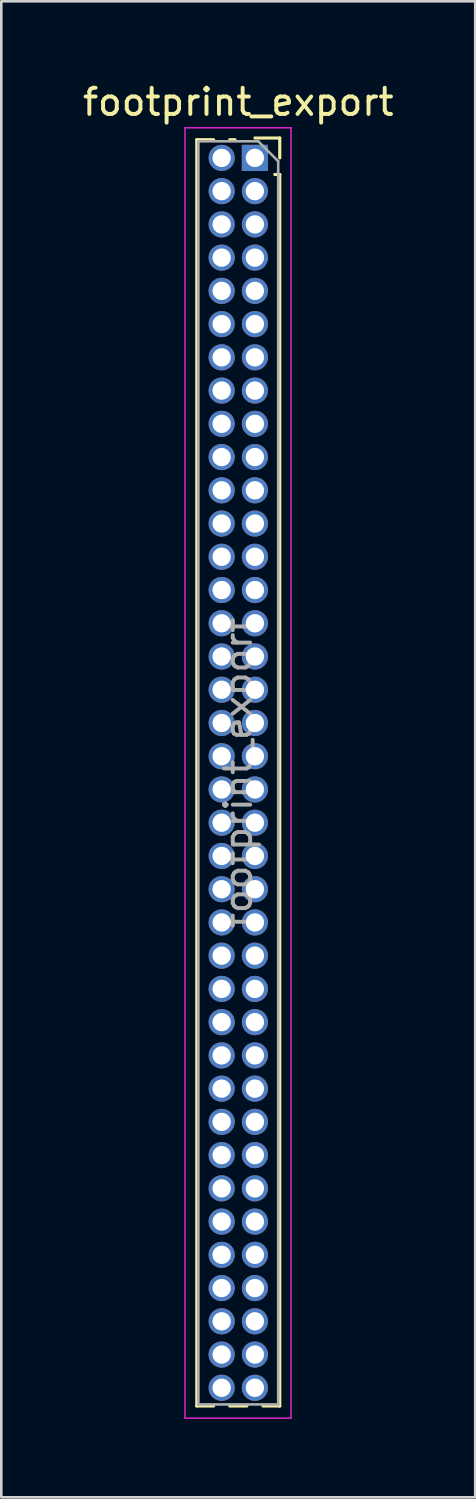
<source format=kicad_pcb>
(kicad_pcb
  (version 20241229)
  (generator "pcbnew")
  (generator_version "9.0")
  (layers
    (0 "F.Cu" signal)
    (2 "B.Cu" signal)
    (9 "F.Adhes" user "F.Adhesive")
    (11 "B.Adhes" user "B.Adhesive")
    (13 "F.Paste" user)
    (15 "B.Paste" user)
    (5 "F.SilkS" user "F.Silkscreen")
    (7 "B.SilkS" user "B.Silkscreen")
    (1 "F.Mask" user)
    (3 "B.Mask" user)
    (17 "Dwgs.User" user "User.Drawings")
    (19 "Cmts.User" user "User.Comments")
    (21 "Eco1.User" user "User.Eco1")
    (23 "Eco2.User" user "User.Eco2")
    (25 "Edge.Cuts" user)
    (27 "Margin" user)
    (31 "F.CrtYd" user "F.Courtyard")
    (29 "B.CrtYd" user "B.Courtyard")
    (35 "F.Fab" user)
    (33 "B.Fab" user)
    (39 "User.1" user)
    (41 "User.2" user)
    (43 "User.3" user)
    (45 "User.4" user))
  (footprint "footprint_export"
    (layer "F.Cu")
    (at 6.689 2.983)
    (property "Reference" "footprint_export" (at -0.635 -2.135 0) (layer "F.SilkS") (effects (font (size 1 1) (thickness 0.15))))
    (attr through_hole)
    (fp_line (start -2.22 -0.695) (end -2.22 47.685) (stroke (width 0.12) (type solid)) (layer "F.SilkS"))
    (fp_line (start -2.22 -0.695) (end -1.578 -0.695) (stroke (width 0.12) (type solid)) (layer "F.SilkS"))
    (fp_line (start -2.22 47.685) (end -1.578 47.685) (stroke (width 0.12) (type solid)) (layer "F.SilkS"))
    (fp_line (start -0.962 -0.695) (end -0.76 -0.695) (stroke (width 0.12) (type solid)) (layer "F.SilkS"))
    (fp_line (start -0.962 47.685) (end -0.308 47.685) (stroke (width 0.12) (type solid)) (layer "F.SilkS"))
    (fp_line (start 0 -0.76) (end 0.95 -0.76) (stroke (width 0.12) (type solid)) (layer "F.SilkS"))
    (fp_line (start 0.308 47.685) (end 0.95 47.685) (stroke (width 0.12) (type solid)) (layer "F.SilkS"))
    (fp_line (start 0.76 0.635) (end 0.95 0.635) (stroke (width 0.12) (type solid)) (layer "F.SilkS"))
    (fp_line (start 0.95 -0.76) (end 0.95 0) (stroke (width 0.12) (type solid)) (layer "F.SilkS"))
    (fp_line (start 0.95 0.635) (end 0.95 47.685) (stroke (width 0.12) (type solid)) (layer "F.SilkS"))
    (fp_line (start -2.67 -1.15) (end 1.38 -1.15) (stroke (width 0.05) (type solid)) (layer "F.CrtYd"))
    (fp_line (start -2.67 48.15) (end -2.67 -1.15) (stroke (width 0.05) (type solid)) (layer "F.CrtYd"))
    (fp_line (start 1.38 -1.15) (end 1.38 48.15) (stroke (width 0.05) (type solid)) (layer "F.CrtYd"))
    (fp_line (start 1.38 48.15) (end -2.67 48.15) (stroke (width 0.05) (type solid)) (layer "F.CrtYd"))
    (fp_line (start -2.16 -0.635) (end 0.128 -0.635) (stroke (width 0.1) (type solid)) (layer "F.Fab"))
    (fp_line (start -2.16 47.625) (end -2.16 -0.635) (stroke (width 0.1) (type solid)) (layer "F.Fab"))
    (fp_line (start 0.128 -0.635) (end 0.89 0.128) (stroke (width 0.1) (type solid)) (layer "F.Fab"))
    (fp_line (start 0.89 0.128) (end 0.89 47.625) (stroke (width 0.1) (type solid)) (layer "F.Fab"))
    (fp_line (start 0.89 47.625) (end -2.16 47.625) (stroke (width 0.1) (type solid)) (layer "F.Fab"))
    (fp_text user "${REFERENCE}" (at -0.635 23.495 90) (layer "F.Fab") (effects (font (size 1 1) (thickness 0.15))))
    (pad "1" thru_hole rect (at 0 0) (size 1 1) (drill 0.7) (layers "*.Cu" "*.Mask"))
    (pad "2" thru_hole oval (at -1.27 0) (size 1 1) (drill 0.7) (layers "*.Cu" "*.Mask"))
    (pad "3" thru_hole oval (at 0 1.27) (size 1 1) (drill 0.7) (layers "*.Cu" "*.Mask"))
    (pad "4" thru_hole oval (at -1.27 1.27) (size 1 1) (drill 0.7) (layers "*.Cu" "*.Mask"))
    (pad "5" thru_hole oval (at 0 2.54) (size 1 1) (drill 0.7) (layers "*.Cu" "*.Mask"))
    (pad "6" thru_hole oval (at -1.27 2.54) (size 1 1) (drill 0.7) (layers "*.Cu" "*.Mask"))
    (pad "7" thru_hole oval (at 0 3.81) (size 1 1) (drill 0.7) (layers "*.Cu" "*.Mask"))
    (pad "8" thru_hole oval (at -1.27 3.81) (size 1 1) (drill 0.7) (layers "*.Cu" "*.Mask"))
    (pad "9" thru_hole oval (at 0 5.08) (size 1 1) (drill 0.7) (layers "*.Cu" "*.Mask"))
    (pad "10" thru_hole oval (at -1.27 5.08) (size 1 1) (drill 0.7) (layers "*.Cu" "*.Mask"))
    (pad "11" thru_hole oval (at 0 6.35) (size 1 1) (drill 0.7) (layers "*.Cu" "*.Mask"))
    (pad "12" thru_hole oval (at -1.27 6.35) (size 1 1) (drill 0.7) (layers "*.Cu" "*.Mask"))
    (pad "13" thru_hole oval (at 0 7.62) (size 1 1) (drill 0.7) (layers "*.Cu" "*.Mask"))
    (pad "14" thru_hole oval (at -1.27 7.62) (size 1 1) (drill 0.7) (layers "*.Cu" "*.Mask"))
    (pad "15" thru_hole oval (at 0 8.89) (size 1 1) (drill 0.7) (layers "*.Cu" "*.Mask"))
    (pad "16" thru_hole oval (at -1.27 8.89) (size 1 1) (drill 0.7) (layers "*.Cu" "*.Mask"))
    (pad "17" thru_hole oval (at 0 10.16) (size 1 1) (drill 0.7) (layers "*.Cu" "*.Mask"))
    (pad "18" thru_hole oval (at -1.27 10.16) (size 1 1) (drill 0.7) (layers "*.Cu" "*.Mask"))
    (pad "19" thru_hole oval (at 0 11.43) (size 1 1) (drill 0.7) (layers "*.Cu" "*.Mask"))
    (pad "20" thru_hole oval (at -1.27 11.43) (size 1 1) (drill 0.7) (layers "*.Cu" "*.Mask"))
    (pad "21" thru_hole oval (at 0 12.7) (size 1 1) (drill 0.7) (layers "*.Cu" "*.Mask"))
    (pad "22" thru_hole oval (at -1.27 12.7) (size 1 1) (drill 0.7) (layers "*.Cu" "*.Mask"))
    (pad "23" thru_hole oval (at 0 13.97) (size 1 1) (drill 0.7) (layers "*.Cu" "*.Mask"))
    (pad "24" thru_hole oval (at -1.27 13.97) (size 1 1) (drill 0.7) (layers "*.Cu" "*.Mask"))
    (pad "25" thru_hole oval (at 0 15.24) (size 1 1) (drill 0.7) (layers "*.Cu" "*.Mask"))
    (pad "26" thru_hole oval (at -1.27 15.24) (size 1 1) (drill 0.7) (layers "*.Cu" "*.Mask"))
    (pad "27" thru_hole oval (at 0 16.51) (size 1 1) (drill 0.7) (layers "*.Cu" "*.Mask"))
    (pad "28" thru_hole oval (at -1.27 16.51) (size 1 1) (drill 0.7) (layers "*.Cu" "*.Mask"))
    (pad "29" thru_hole oval (at 0 17.78) (size 1 1) (drill 0.7) (layers "*.Cu" "*.Mask"))
    (pad "30" thru_hole oval (at -1.27 17.78) (size 1 1) (drill 0.7) (layers "*.Cu" "*.Mask"))
    (pad "31" thru_hole oval (at 0 19.05) (size 1 1) (drill 0.7) (layers "*.Cu" "*.Mask"))
    (pad "32" thru_hole oval (at -1.27 19.05) (size 1 1) (drill 0.7) (layers "*.Cu" "*.Mask"))
    (pad "33" thru_hole oval (at 0 20.32) (size 1 1) (drill 0.7) (layers "*.Cu" "*.Mask"))
    (pad "34" thru_hole oval (at -1.27 20.32) (size 1 1) (drill 0.7) (layers "*.Cu" "*.Mask"))
    (pad "35" thru_hole oval (at 0 21.59) (size 1 1) (drill 0.7) (layers "*.Cu" "*.Mask"))
    (pad "36" thru_hole oval (at -1.27 21.59) (size 1 1) (drill 0.7) (layers "*.Cu" "*.Mask"))
    (pad "37" thru_hole oval (at 0 22.86) (size 1 1) (drill 0.7) (layers "*.Cu" "*.Mask"))
    (pad "38" thru_hole oval (at -1.27 22.86) (size 1 1) (drill 0.7) (layers "*.Cu" "*.Mask"))
    (pad "39" thru_hole oval (at 0 24.13) (size 1 1) (drill 0.7) (layers "*.Cu" "*.Mask"))
    (pad "40" thru_hole oval (at -1.27 24.13) (size 1 1) (drill 0.7) (layers "*.Cu" "*.Mask"))
    (pad "41" thru_hole oval (at 0 25.4) (size 1 1) (drill 0.7) (layers "*.Cu" "*.Mask"))
    (pad "42" thru_hole oval (at -1.27 25.4) (size 1 1) (drill 0.7) (layers "*.Cu" "*.Mask"))
    (pad "43" thru_hole oval (at 0 26.67) (size 1 1) (drill 0.7) (layers "*.Cu" "*.Mask"))
    (pad "44" thru_hole oval (at -1.27 26.67) (size 1 1) (drill 0.7) (layers "*.Cu" "*.Mask"))
    (pad "45" thru_hole oval (at 0 27.94) (size 1 1) (drill 0.7) (layers "*.Cu" "*.Mask"))
    (pad "46" thru_hole oval (at -1.27 27.94) (size 1 1) (drill 0.7) (layers "*.Cu" "*.Mask"))
    (pad "47" thru_hole oval (at 0 29.21) (size 1 1) (drill 0.7) (layers "*.Cu" "*.Mask"))
    (pad "48" thru_hole oval (at -1.27 29.21) (size 1 1) (drill 0.7) (layers "*.Cu" "*.Mask"))
    (pad "49" thru_hole oval (at 0 30.48) (size 1 1) (drill 0.7) (layers "*.Cu" "*.Mask"))
    (pad "50" thru_hole oval (at -1.27 30.48) (size 1 1) (drill 0.7) (layers "*.Cu" "*.Mask"))
    (pad "51" thru_hole oval (at 0 31.75) (size 1 1) (drill 0.7) (layers "*.Cu" "*.Mask"))
    (pad "52" thru_hole oval (at -1.27 31.75) (size 1 1) (drill 0.7) (layers "*.Cu" "*.Mask"))
    (pad "53" thru_hole oval (at 0 33.02) (size 1 1) (drill 0.7) (layers "*.Cu" "*.Mask"))
    (pad "54" thru_hole oval (at -1.27 33.02) (size 1 1) (drill 0.7) (layers "*.Cu" "*.Mask"))
    (pad "55" thru_hole oval (at 0 34.29) (size 1 1) (drill 0.7) (layers "*.Cu" "*.Mask"))
    (pad "56" thru_hole oval (at -1.27 34.29) (size 1 1) (drill 0.7) (layers "*.Cu" "*.Mask"))
    (pad "57" thru_hole oval (at 0 35.56) (size 1 1) (drill 0.7) (layers "*.Cu" "*.Mask"))
    (pad "58" thru_hole oval (at -1.27 35.56) (size 1 1) (drill 0.7) (layers "*.Cu" "*.Mask"))
    (pad "59" thru_hole oval (at 0 36.83) (size 1 1) (drill 0.7) (layers "*.Cu" "*.Mask"))
    (pad "60" thru_hole oval (at -1.27 36.83) (size 1 1) (drill 0.7) (layers "*.Cu" "*.Mask"))
    (pad "61" thru_hole oval (at 0 38.1) (size 1 1) (drill 0.7) (layers "*.Cu" "*.Mask"))
    (pad "62" thru_hole oval (at -1.27 38.1) (size 1 1) (drill 0.7) (layers "*.Cu" "*.Mask"))
    (pad "63" thru_hole oval (at 0 39.37) (size 1 1) (drill 0.7) (layers "*.Cu" "*.Mask"))
    (pad "64" thru_hole oval (at -1.27 39.37) (size 1 1) (drill 0.7) (layers "*.Cu" "*.Mask"))
    (pad "65" thru_hole oval (at 0 40.64) (size 1 1) (drill 0.7) (layers "*.Cu" "*.Mask"))
    (pad "66" thru_hole oval (at -1.27 40.64) (size 1 1) (drill 0.7) (layers "*.Cu" "*.Mask"))
    (pad "67" thru_hole oval (at 0 41.91) (size 1 1) (drill 0.7) (layers "*.Cu" "*.Mask"))
    (pad "68" thru_hole oval (at -1.27 41.91) (size 1 1) (drill 0.7) (layers "*.Cu" "*.Mask"))
    (pad "69" thru_hole oval (at 0 43.18) (size 1 1) (drill 0.7) (layers "*.Cu" "*.Mask"))
    (pad "70" thru_hole oval (at -1.27 43.18) (size 1 1) (drill 0.7) (layers "*.Cu" "*.Mask"))
    (pad "71" thru_hole oval (at 0 44.45) (size 1 1) (drill 0.7) (layers "*.Cu" "*.Mask"))
    (pad "72" thru_hole oval (at -1.27 44.45) (size 1 1) (drill 0.7) (layers "*.Cu" "*.Mask"))
    (pad "73" thru_hole oval (at 0 45.72) (size 1 1) (drill 0.7) (layers "*.Cu" "*.Mask"))
    (pad "74" thru_hole oval (at -1.27 45.72) (size 1 1) (drill 0.7) (layers "*.Cu" "*.Mask"))
    (pad "75" thru_hole oval (at 0 46.99) (size 1 1) (drill 0.7) (layers "*.Cu" "*.Mask"))
    (pad "76" thru_hole oval (at -1.27 46.99) (size 1 1) (drill 0.7) (layers "*.Cu" "*.Mask")))
  (gr_rect
    (start -3 -3)
    (end 15.107 54.158)
    (stroke (width 0.1) (type default))
    (fill no)
    (layer "Edge.Cuts")))
</source>
